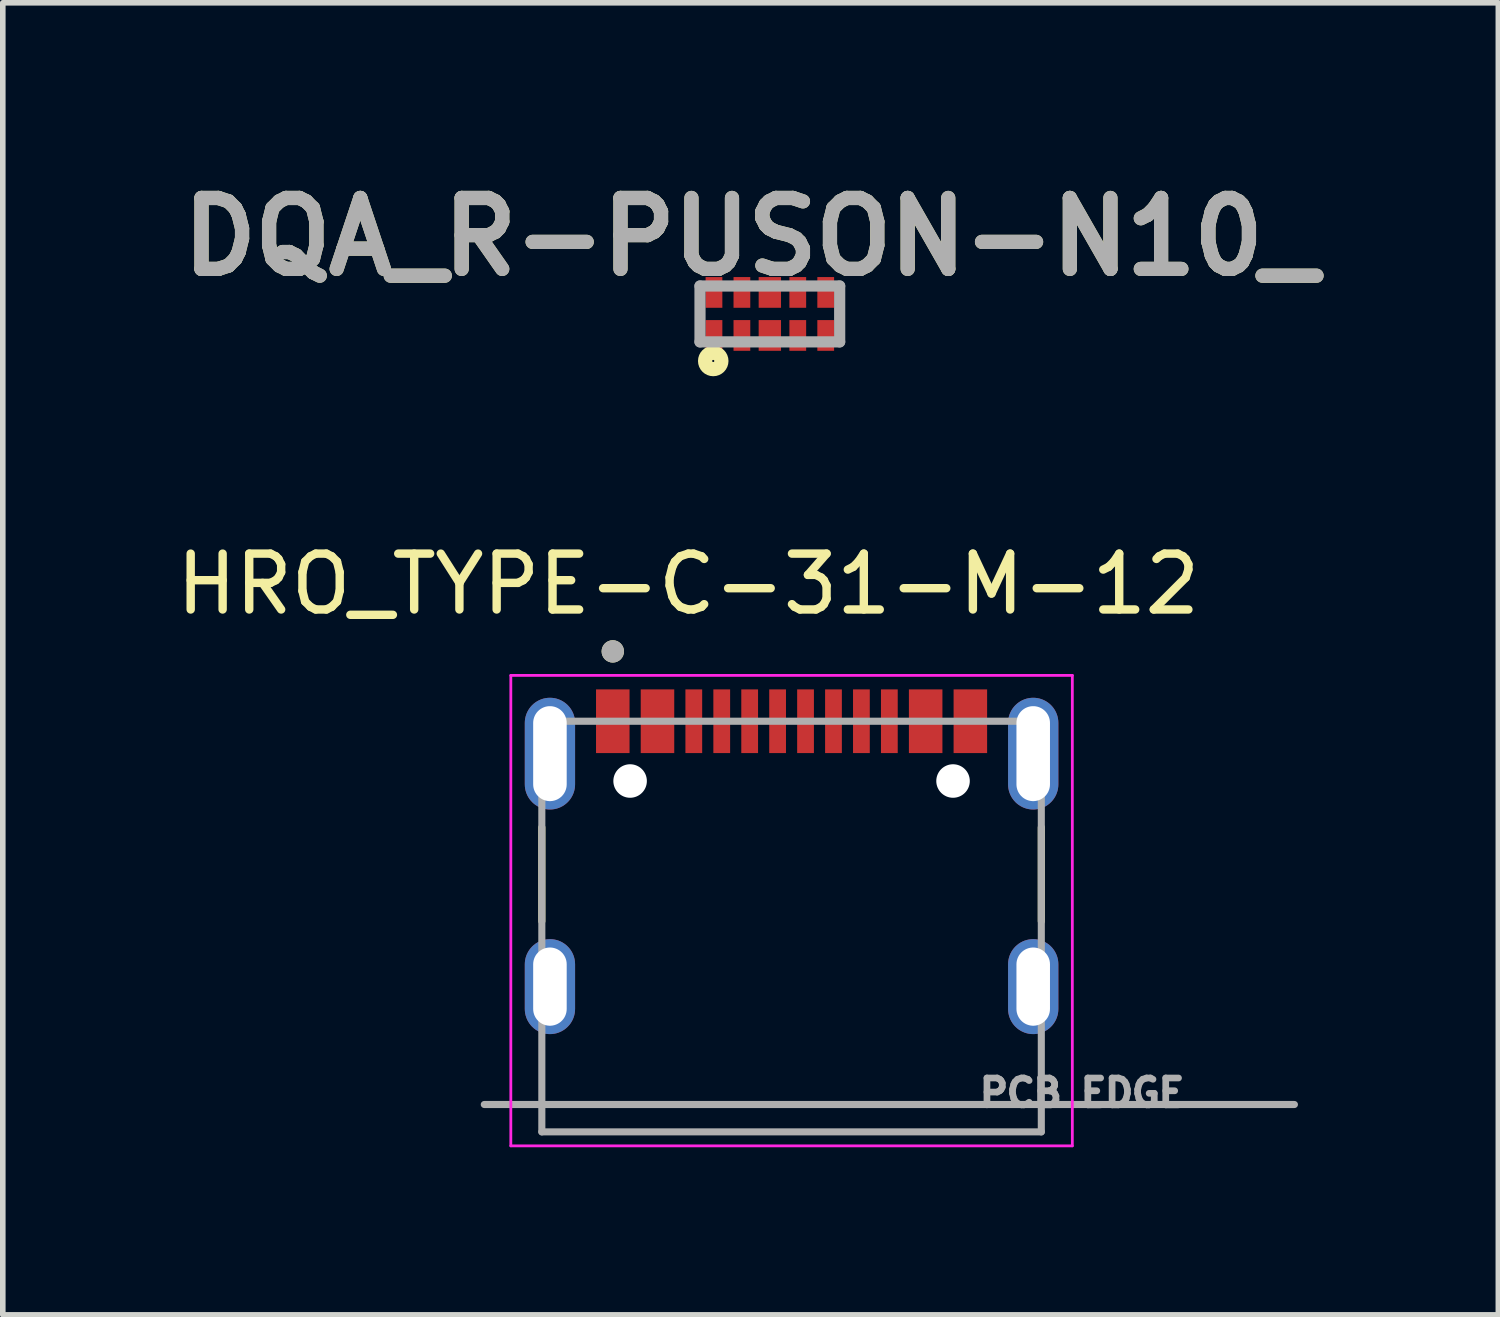
<source format=kicad_pcb>
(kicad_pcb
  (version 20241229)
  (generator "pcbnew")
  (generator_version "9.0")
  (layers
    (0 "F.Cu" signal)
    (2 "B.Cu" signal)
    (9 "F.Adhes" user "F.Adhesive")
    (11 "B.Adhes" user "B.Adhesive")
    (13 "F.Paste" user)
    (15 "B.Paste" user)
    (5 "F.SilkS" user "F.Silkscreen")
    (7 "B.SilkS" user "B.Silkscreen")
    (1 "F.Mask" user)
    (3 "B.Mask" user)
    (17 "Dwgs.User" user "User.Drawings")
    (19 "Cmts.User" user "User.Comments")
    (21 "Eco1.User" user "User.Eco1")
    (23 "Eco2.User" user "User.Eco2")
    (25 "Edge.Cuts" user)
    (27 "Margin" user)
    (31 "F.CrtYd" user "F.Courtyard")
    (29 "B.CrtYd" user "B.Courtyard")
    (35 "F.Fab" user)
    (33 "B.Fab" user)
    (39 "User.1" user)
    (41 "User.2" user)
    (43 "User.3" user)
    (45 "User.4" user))
  (footprint "HRO_TYPE-C-31-M-12"
    (layer "F.Cu")
    (at 11.118 14.609)
    (property "Reference" "HRO_TYPE-C-31-M-12" (at -1.85 -7.205 0) (layer "F.SilkS") (effects (font (size 1 1) (thickness 0.15))))
    (attr smd)
    (fp_poly (pts (xy -3.55 -5.37) (xy -2.85 -5.37) (xy -2.85 -4.13) (xy -3.55 -4.13)) (stroke (width 0.01) (type solid)) (fill yes) (layer "F.Mask"))
    (fp_poly (pts (xy -2.75 -5.37) (xy -2.05 -5.37) (xy -2.05 -4.13) (xy -2.75 -4.13)) (stroke (width 0.01) (type solid)) (fill yes) (layer "F.Mask"))
    (fp_poly (pts (xy -1.95 -5.37) (xy -1.55 -5.37) (xy -1.55 -4.13) (xy -1.95 -4.13)) (stroke (width 0.01) (type solid)) (fill yes) (layer "F.Mask"))
    (fp_poly (pts (xy -1.45 -5.37) (xy -1.05 -5.37) (xy -1.05 -4.13) (xy -1.45 -4.13)) (stroke (width 0.01) (type solid)) (fill yes) (layer "F.Mask"))
    (fp_poly (pts (xy -0.95 -5.37) (xy -0.55 -5.37) (xy -0.55 -4.13) (xy -0.95 -4.13)) (stroke (width 0.01) (type solid)) (fill yes) (layer "F.Mask"))
    (fp_poly (pts (xy -0.45 -5.37) (xy -0.05 -5.37) (xy -0.05 -4.13) (xy -0.45 -4.13)) (stroke (width 0.01) (type solid)) (fill yes) (layer "F.Mask"))
    (fp_poly (pts (xy 0.05 -5.37) (xy 0.45 -5.37) (xy 0.45 -4.13) (xy 0.05 -4.13)) (stroke (width 0.01) (type solid)) (fill yes) (layer "F.Mask"))
    (fp_poly (pts (xy 0.55 -5.37) (xy 0.95 -5.37) (xy 0.95 -4.13) (xy 0.55 -4.13)) (stroke (width 0.01) (type solid)) (fill yes) (layer "F.Mask"))
    (fp_poly (pts (xy 1.05 -5.37) (xy 1.45 -5.37) (xy 1.45 -4.13) (xy 1.05 -4.13)) (stroke (width 0.01) (type solid)) (fill yes) (layer "F.Mask"))
    (fp_poly (pts (xy 1.55 -5.37) (xy 1.95 -5.37) (xy 1.95 -4.13) (xy 1.55 -4.13)) (stroke (width 0.01) (type solid)) (fill yes) (layer "F.Mask"))
    (fp_poly (pts (xy 2.05 -5.37) (xy 2.75 -5.37) (xy 2.75 -4.13) (xy 2.05 -4.13)) (stroke (width 0.01) (type solid)) (fill yes) (layer "F.Mask"))
    (fp_poly (pts (xy 2.85 -5.37) (xy 3.55 -5.37) (xy 3.55 -4.13) (xy 2.85 -4.13)) (stroke (width 0.01) (type solid)) (fill yes) (layer "F.Mask"))
    (fp_line (start -4.47 -2.85) (end -4.47 -1.17) (stroke (width 0.127) (type solid)) (layer "F.SilkS"))
    (fp_line (start 4.47 -2.85) (end 4.47 -1.17) (stroke (width 0.127) (type solid)) (layer "F.SilkS"))
    (fp_circle (center -3.2 -6) (end -3.1 -6) (stroke (width 0.2) (type solid)) (fill no) (layer "F.SilkS"))
    (fp_line (start -5.025 -5.57) (end -5.025 2.85) (stroke (width 0.05) (type solid)) (layer "F.CrtYd"))
    (fp_line (start -5.025 2.85) (end 5.025 2.85) (stroke (width 0.05) (type solid)) (layer "F.CrtYd"))
    (fp_line (start 5.025 -5.57) (end -5.025 -5.57) (stroke (width 0.05) (type solid)) (layer "F.CrtYd"))
    (fp_line (start 5.025 2.85) (end 5.025 -5.57) (stroke (width 0.05) (type solid)) (layer "F.CrtYd"))
    (fp_line (start -5.5 2.11) (end 9 2.11) (stroke (width 0.127) (type solid)) (layer "F.Fab"))
    (fp_line (start -4.47 -4.75) (end -4.47 2.6) (stroke (width 0.127) (type solid)) (layer "F.Fab"))
    (fp_line (start -4.47 2.6) (end 4.47 2.6) (stroke (width 0.127) (type solid)) (layer "F.Fab"))
    (fp_line (start 4.47 -4.75) (end -4.47 -4.75) (stroke (width 0.127) (type solid)) (layer "F.Fab"))
    (fp_line (start 4.47 2.6) (end 4.47 -4.75) (stroke (width 0.127) (type solid)) (layer "F.Fab"))
    (fp_circle (center -3.2 -6) (end -3.1 -6) (stroke (width 0.2) (type solid)) (fill no) (layer "F.Fab"))
    (fp_text user "PCB EDGE" (at 5.2 1.9 0) (layer "F.Fab") (effects (font (size 0.48 0.48) (thickness 0.12))))
    (pad "" np_thru_hole circle (at -2.89 -3.68) (size 0.6 0.6) (drill 0.6) (layers "*.Cu" "*.Mask"))
    (pad "" np_thru_hole circle (at 2.89 -3.68) (size 0.6 0.6) (drill 0.6) (layers "*.Cu" "*.Mask"))
    (pad "A1_B12" smd rect (at -3.2 -4.75) (size 0.6 1.14) (layers "F.Cu" "F.Paste"))
    (pad "A4_B9" smd rect (at -2.4 -4.75) (size 0.6 1.14) (layers "F.Cu" "F.Paste"))
    (pad "A5" smd rect (at -1.25 -4.75) (size 0.3 1.14) (layers "F.Cu" "F.Paste"))
    (pad "A6" smd rect (at -0.25 -4.75) (size 0.3 1.14) (layers "F.Cu" "F.Paste"))
    (pad "A7" smd rect (at 0.25 -4.75) (size 0.3 1.14) (layers "F.Cu" "F.Paste"))
    (pad "A8" smd rect (at 1.25 -4.75) (size 0.3 1.14) (layers "F.Cu" "F.Paste"))
    (pad "B1_A12" smd rect (at 3.2 -4.75) (size 0.6 1.14) (layers "F.Cu" "F.Paste"))
    (pad "B4_A9" smd rect (at 2.4 -4.75) (size 0.6 1.14) (layers "F.Cu" "F.Paste"))
    (pad "B5" smd rect (at 1.75 -4.75) (size 0.3 1.14) (layers "F.Cu" "F.Paste"))
    (pad "B6" smd rect (at 0.75 -4.75) (size 0.3 1.14) (layers "F.Cu" "F.Paste"))
    (pad "B7" smd rect (at -0.75 -4.75) (size 0.3 1.14) (layers "F.Cu" "F.Paste"))
    (pad "B8" smd rect (at -1.75 -4.75) (size 0.3 1.14) (layers "F.Cu" "F.Paste"))
    (pad "S1" thru_hole oval (at -4.325 -4.17) (size 0.9 2) (drill oval 0.6 1.7) (layers "*.Cu" "*.Mask"))
    (pad "S2" thru_hole oval (at 4.325 -4.17) (size 0.9 2) (drill oval 0.6 1.7) (layers "*.Cu" "*.Mask"))
    (pad "S3" thru_hole oval (at -4.325 0) (size 0.9 1.7) (drill oval 0.6 1.4) (layers "*.Cu" "*.Mask"))
    (pad "S4" thru_hole oval (at 4.325 0) (size 0.9 1.7) (drill oval 0.6 1.4) (layers "*.Cu" "*.Mask")))
  (footprint "DQA_R-PUSON-N10_"
    (layer "F.Cu")
    (at 10.729 2.569)
    (property "Reference" "DQA_R-PUSON-N10_" (at -0.345 -1.38 0) (layer "F.SilkS") (effects (font (size 1.27 1.27) (thickness 0.254))))
    (attr smd)
    (fp_circle (center -1.013 0.842) (end -1.013 0.861) (stroke (width 0.254) (type solid)) (fill no) (layer "F.SilkS"))
    (fp_line (start -1.25 -0.5) (end 1.25 -0.5) (stroke (width 0.2) (type solid)) (layer "F.Fab"))
    (fp_line (start -1.25 0.5) (end -1.25 -0.5) (stroke (width 0.2) (type solid)) (layer "F.Fab"))
    (fp_line (start 1.25 -0.5) (end 1.25 0.5) (stroke (width 0.2) (type solid)) (layer "F.Fab"))
    (fp_line (start 1.25 0.5) (end -1.25 0.5) (stroke (width 0.2) (type solid)) (layer "F.Fab"))
    (fp_text user "${REFERENCE}" (at -0.345 -1.38 0) (layer "F.Fab") (effects (font (size 1.27 1.27) (thickness 0.254))))
    (pad "1" smd rect (at -1 0.385) (size 0.3 0.55) (layers "F.Cu" "F.Mask" "F.Paste"))
    (pad "2" smd rect (at -0.5 0.385) (size 0.3 0.55) (layers "F.Cu" "F.Mask" "F.Paste"))
    (pad "3" smd rect (at 0 0.385) (size 0.4 0.55) (layers "F.Cu" "F.Mask" "F.Paste"))
    (pad "4" smd rect (at 0.5 0.385) (size 0.3 0.55) (layers "F.Cu" "F.Mask" "F.Paste"))
    (pad "5" smd rect (at 1 0.385) (size 0.3 0.55) (layers "F.Cu" "F.Mask" "F.Paste"))
    (pad "6" smd rect (at 1 -0.385) (size 0.3 0.55) (layers "F.Cu" "F.Mask" "F.Paste"))
    (pad "7" smd rect (at 0.5 -0.385) (size 0.3 0.55) (layers "F.Cu" "F.Mask" "F.Paste"))
    (pad "8" smd rect (at 0 -0.385) (size 0.4 0.55) (layers "F.Cu" "F.Mask" "F.Paste"))
    (pad "9" smd rect (at -0.5 -0.385) (size 0.3 0.55) (layers "F.Cu" "F.Mask" "F.Paste"))
    (pad "10" smd rect (at -1 -0.385) (size 0.3 0.55) (layers "F.Cu" "F.Mask" "F.Paste")))
  (gr_rect
    (start -3 -3)
    (end 23.768 20.484)
    (stroke (width 0.1) (type default))
    (fill no)
    (layer "Edge.Cuts")))
</source>
